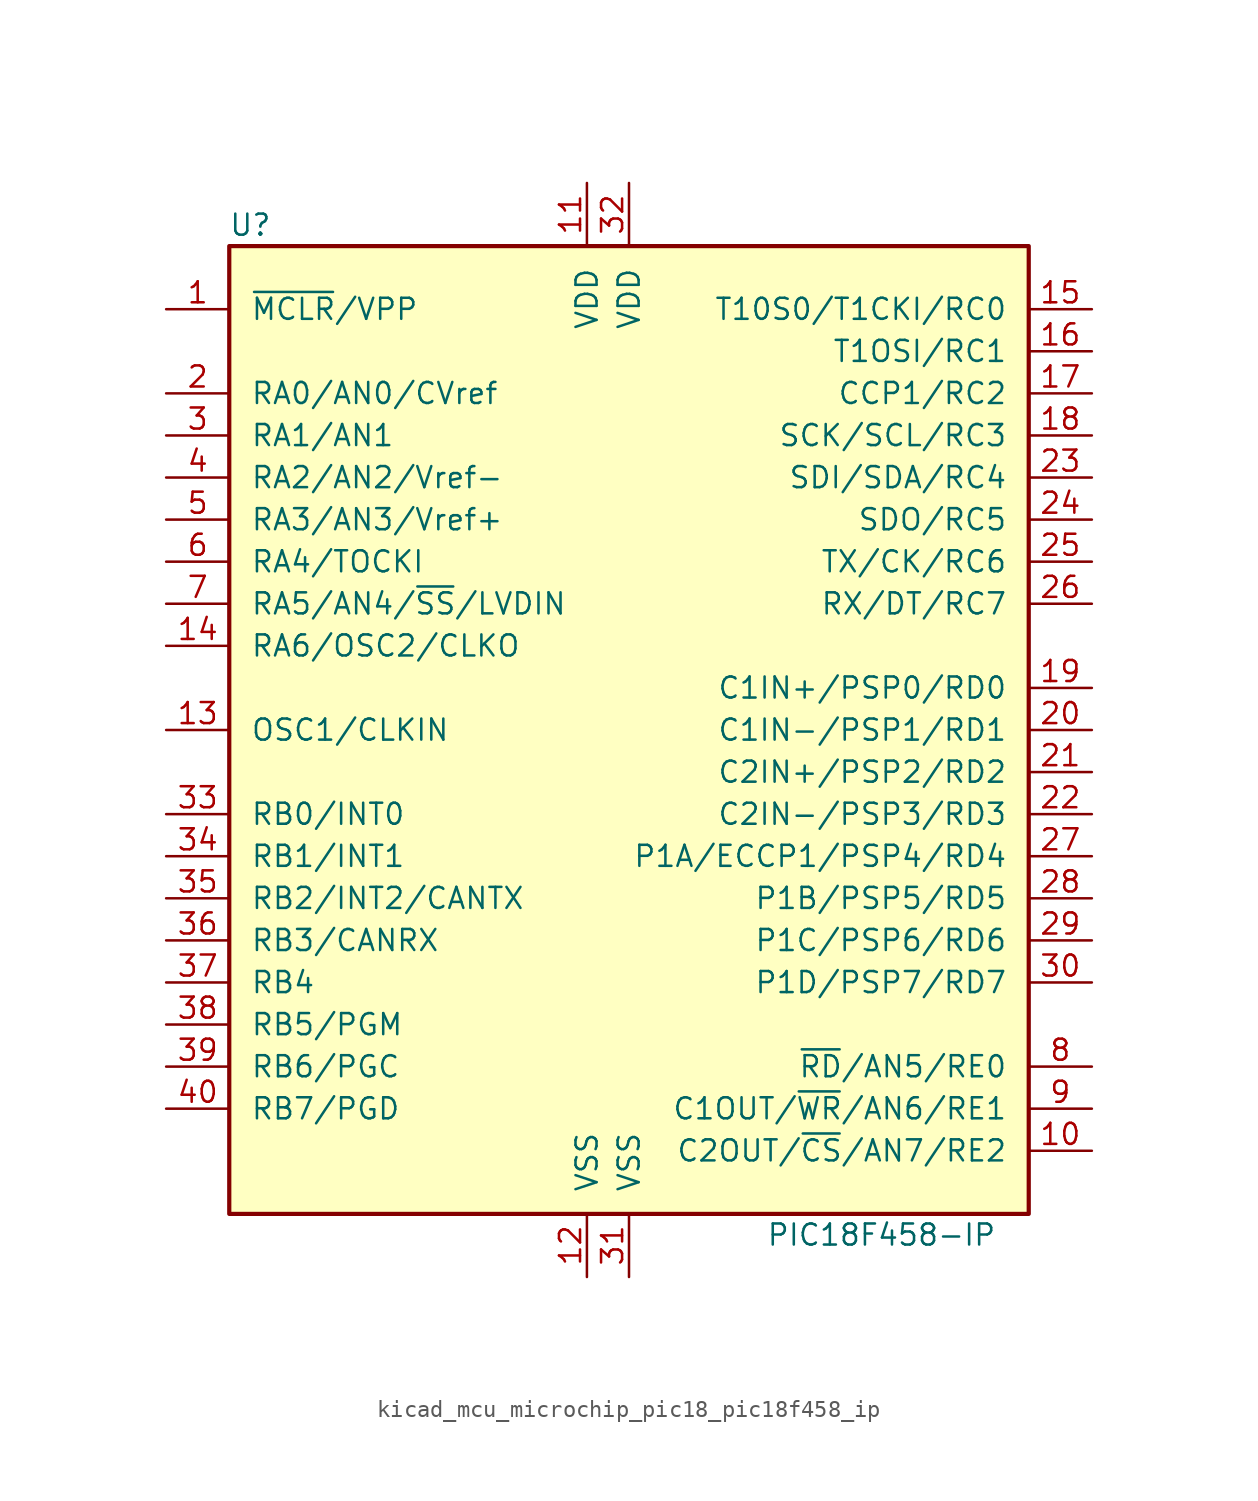
<source format=kicad_sym>
(kicad_symbol_lib
  (version 20220914)
  (generator kicad_symbol_editor)
  (symbol "kicad_mcu_microchip_pic18_pic18f458_ip"
    (pin_names
      (offset 1.27))
    (property "Reference" "U"
      (at -22.86 30.48 0)
      (effects (font (size 1.27 1.27))))
    (property "Value" "PIC18F458-IP"
      (at 15.24 -30.48 0)
      (effects (font (size 1.27 1.27))))
    (symbol "kicad_mcu_microchip_pic18_pic18f458_ip_0_1"
      (rectangle (start -24.13 -29.21) (end 24.13 29.21) (stroke (width 0.254) (type default)) (fill (type background))))
    (symbol "kicad_mcu_microchip_pic18_pic18f458_ip_1_1"
      (pin input line (at -27.94 25.4 0) (length 3.81) (name "~{MCLR}/VPP" (effects (font (size 1.27 1.27)))) (number "1" (effects (font (size 1.27 1.27)))))
      (pin bidirectional line (at 27.94 -25.4 180) (length 3.81) (name "C2OUT/~{CS}/AN7/RE2" (effects (font (size 1.27 1.27)))) (number "10" (effects (font (size 1.27 1.27)))))
      (pin power_in line (at -2.54 33.02 270) (length 3.81) (name "VDD" (effects (font (size 1.27 1.27)))) (number "11" (effects (font (size 1.27 1.27)))))
      (pin power_in line (at -2.54 -33.02 90) (length 3.81) (name "VSS" (effects (font (size 1.27 1.27)))) (number "12" (effects (font (size 1.27 1.27)))))
      (pin input line (at -27.94 0 0) (length 3.81) (name "OSC1/CLKIN" (effects (font (size 1.27 1.27)))) (number "13" (effects (font (size 1.27 1.27)))))
      (pin output line (at -27.94 5.08 0) (length 3.81) (name "RA6/OSC2/CLKO" (effects (font (size 1.27 1.27)))) (number "14" (effects (font (size 1.27 1.27)))))
      (pin bidirectional line (at 27.94 25.4 180) (length 3.81) (name "T10S0/T1CKI/RC0" (effects (font (size 1.27 1.27)))) (number "15" (effects (font (size 1.27 1.27)))))
      (pin bidirectional line (at 27.94 22.86 180) (length 3.81) (name "T1OSI/RC1" (effects (font (size 1.27 1.27)))) (number "16" (effects (font (size 1.27 1.27)))))
      (pin bidirectional line (at 27.94 20.32 180) (length 3.81) (name "CCP1/RC2" (effects (font (size 1.27 1.27)))) (number "17" (effects (font (size 1.27 1.27)))))
      (pin bidirectional line (at 27.94 17.78 180) (length 3.81) (name "SCK/SCL/RC3" (effects (font (size 1.27 1.27)))) (number "18" (effects (font (size 1.27 1.27)))))
      (pin bidirectional line (at 27.94 2.54 180) (length 3.81) (name "C1IN+/PSP0/RD0" (effects (font (size 1.27 1.27)))) (number "19" (effects (font (size 1.27 1.27)))))
      (pin bidirectional line (at -27.94 20.32 0) (length 3.81) (name "RA0/AN0/CVref" (effects (font (size 1.27 1.27)))) (number "2" (effects (font (size 1.27 1.27)))))
      (pin bidirectional line (at 27.94 0 180) (length 3.81) (name "C1IN-/PSP1/RD1" (effects (font (size 1.27 1.27)))) (number "20" (effects (font (size 1.27 1.27)))))
      (pin bidirectional line (at 27.94 -2.54 180) (length 3.81) (name "C2IN+/PSP2/RD2" (effects (font (size 1.27 1.27)))) (number "21" (effects (font (size 1.27 1.27)))))
      (pin bidirectional line (at 27.94 -5.08 180) (length 3.81) (name "C2IN-/PSP3/RD3" (effects (font (size 1.27 1.27)))) (number "22" (effects (font (size 1.27 1.27)))))
      (pin bidirectional line (at 27.94 15.24 180) (length 3.81) (name "SDI/SDA/RC4" (effects (font (size 1.27 1.27)))) (number "23" (effects (font (size 1.27 1.27)))))
      (pin bidirectional line (at 27.94 12.7 180) (length 3.81) (name "SDO/RC5" (effects (font (size 1.27 1.27)))) (number "24" (effects (font (size 1.27 1.27)))))
      (pin bidirectional line (at 27.94 10.16 180) (length 3.81) (name "TX/CK/RC6" (effects (font (size 1.27 1.27)))) (number "25" (effects (font (size 1.27 1.27)))))
      (pin bidirectional line (at 27.94 7.62 180) (length 3.81) (name "RX/DT/RC7" (effects (font (size 1.27 1.27)))) (number "26" (effects (font (size 1.27 1.27)))))
      (pin bidirectional line (at 27.94 -7.62 180) (length 3.81) (name "P1A/ECCP1/PSP4/RD4" (effects (font (size 1.27 1.27)))) (number "27" (effects (font (size 1.27 1.27)))))
      (pin bidirectional line (at 27.94 -10.16 180) (length 3.81) (name "P1B/PSP5/RD5" (effects (font (size 1.27 1.27)))) (number "28" (effects (font (size 1.27 1.27)))))
      (pin bidirectional line (at 27.94 -12.7 180) (length 3.81) (name "P1C/PSP6/RD6" (effects (font (size 1.27 1.27)))) (number "29" (effects (font (size 1.27 1.27)))))
      (pin bidirectional line (at -27.94 17.78 0) (length 3.81) (name "RA1/AN1" (effects (font (size 1.27 1.27)))) (number "3" (effects (font (size 1.27 1.27)))))
      (pin bidirectional line (at 27.94 -15.24 180) (length 3.81) (name "P1D/PSP7/RD7" (effects (font (size 1.27 1.27)))) (number "30" (effects (font (size 1.27 1.27)))))
      (pin power_in line (at 0 -33.02 90) (length 3.81) (name "VSS" (effects (font (size 1.27 1.27)))) (number "31" (effects (font (size 1.27 1.27)))))
      (pin power_in line (at 0 33.02 270) (length 3.81) (name "VDD" (effects (font (size 1.27 1.27)))) (number "32" (effects (font (size 1.27 1.27)))))
      (pin bidirectional line (at -27.94 -5.08 0) (length 3.81) (name "RB0/INT0" (effects (font (size 1.27 1.27)))) (number "33" (effects (font (size 1.27 1.27)))))
      (pin bidirectional line (at -27.94 -7.62 0) (length 3.81) (name "RB1/INT1" (effects (font (size 1.27 1.27)))) (number "34" (effects (font (size 1.27 1.27)))))
      (pin bidirectional line (at -27.94 -10.16 0) (length 3.81) (name "RB2/INT2/CANTX" (effects (font (size 1.27 1.27)))) (number "35" (effects (font (size 1.27 1.27)))))
      (pin bidirectional line (at -27.94 -12.7 0) (length 3.81) (name "RB3/CANRX" (effects (font (size 1.27 1.27)))) (number "36" (effects (font (size 1.27 1.27)))))
      (pin bidirectional line (at -27.94 -15.24 0) (length 3.81) (name "RB4" (effects (font (size 1.27 1.27)))) (number "37" (effects (font (size 1.27 1.27)))))
      (pin bidirectional line (at -27.94 -17.78 0) (length 3.81) (name "RB5/PGM" (effects (font (size 1.27 1.27)))) (number "38" (effects (font (size 1.27 1.27)))))
      (pin bidirectional line (at -27.94 -20.32 0) (length 3.81) (name "RB6/PGC" (effects (font (size 1.27 1.27)))) (number "39" (effects (font (size 1.27 1.27)))))
      (pin bidirectional line (at -27.94 15.24 0) (length 3.81) (name "RA2/AN2/Vref-" (effects (font (size 1.27 1.27)))) (number "4" (effects (font (size 1.27 1.27)))))
      (pin bidirectional line (at -27.94 -22.86 0) (length 3.81) (name "RB7/PGD" (effects (font (size 1.27 1.27)))) (number "40" (effects (font (size 1.27 1.27)))))
      (pin bidirectional line (at -27.94 12.7 0) (length 3.81) (name "RA3/AN3/Vref+" (effects (font (size 1.27 1.27)))) (number "5" (effects (font (size 1.27 1.27)))))
      (pin bidirectional line (at -27.94 10.16 0) (length 3.81) (name "RA4/TOCKI" (effects (font (size 1.27 1.27)))) (number "6" (effects (font (size 1.27 1.27)))))
      (pin bidirectional line (at -27.94 7.62 0) (length 3.81) (name "RA5/AN4/~{SS}/LVDIN" (effects (font (size 1.27 1.27)))) (number "7" (effects (font (size 1.27 1.27)))))
      (pin bidirectional line (at 27.94 -20.32 180) (length 3.81) (name "~{RD}/AN5/RE0" (effects (font (size 1.27 1.27)))) (number "8" (effects (font (size 1.27 1.27)))))
      (pin bidirectional line (at 27.94 -22.86 180) (length 3.81) (name "C1OUT/~{WR}/AN6/RE1" (effects (font (size 1.27 1.27)))) (number "9" (effects (font (size 1.27 1.27))))))))
</source>
